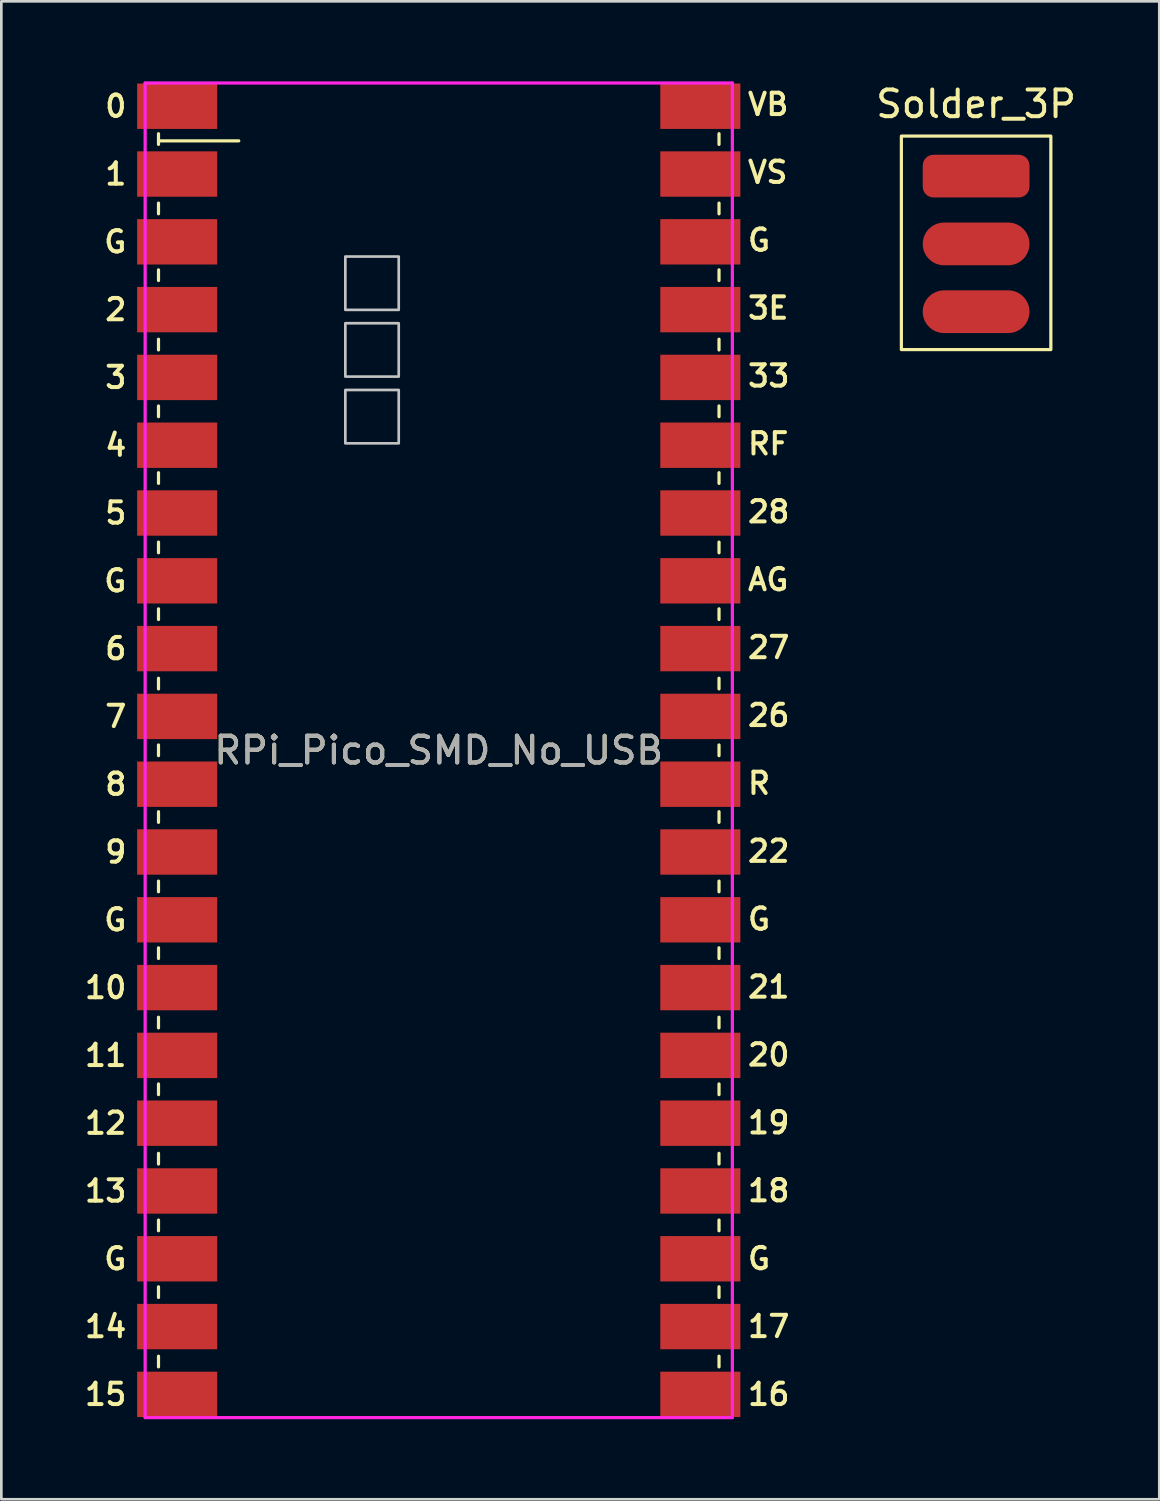
<source format=kicad_pcb>
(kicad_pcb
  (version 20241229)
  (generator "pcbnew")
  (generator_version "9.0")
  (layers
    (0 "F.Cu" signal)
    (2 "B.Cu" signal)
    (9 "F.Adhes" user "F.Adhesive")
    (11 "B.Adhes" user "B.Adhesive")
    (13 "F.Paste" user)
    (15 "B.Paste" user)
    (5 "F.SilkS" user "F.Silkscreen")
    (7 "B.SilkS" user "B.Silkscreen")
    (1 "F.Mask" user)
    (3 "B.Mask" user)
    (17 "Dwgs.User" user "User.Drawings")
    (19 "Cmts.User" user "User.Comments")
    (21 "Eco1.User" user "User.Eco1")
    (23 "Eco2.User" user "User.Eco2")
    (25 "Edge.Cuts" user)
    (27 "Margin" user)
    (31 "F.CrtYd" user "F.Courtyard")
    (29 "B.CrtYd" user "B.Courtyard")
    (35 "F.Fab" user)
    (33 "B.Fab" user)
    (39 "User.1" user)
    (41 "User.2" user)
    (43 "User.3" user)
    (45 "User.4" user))
  (footprint "RPi_Pico_SMD_No_USB"
    (layer "F.Cu")
    (at 13.388 25.06)
    (property "Reference" "RPi_Pico_SMD_No_USB" (at 0 0 0) (layer "F.SilkS") (effects (font (size 1 1) (thickness 0.15))))
    (attr smd)
    (fp_line (start -10.5 -23.1) (end -10.5 -22.7) (stroke (width 0.12) (type solid)) (layer "F.SilkS"))
    (fp_line (start -10.5 -22.833) (end -7.493 -22.833) (stroke (width 0.12) (type solid)) (layer "F.SilkS"))
    (fp_line (start -10.5 -20.5) (end -10.5 -20.1) (stroke (width 0.12) (type solid)) (layer "F.SilkS"))
    (fp_line (start -10.5 -18) (end -10.5 -17.6) (stroke (width 0.12) (type solid)) (layer "F.SilkS"))
    (fp_line (start -10.5 -15.4) (end -10.5 -15) (stroke (width 0.12) (type solid)) (layer "F.SilkS"))
    (fp_line (start -10.5 -12.9) (end -10.5 -12.5) (stroke (width 0.12) (type solid)) (layer "F.SilkS"))
    (fp_line (start -10.5 -10.4) (end -10.5 -10) (stroke (width 0.12) (type solid)) (layer "F.SilkS"))
    (fp_line (start -10.5 -7.8) (end -10.5 -7.4) (stroke (width 0.12) (type solid)) (layer "F.SilkS"))
    (fp_line (start -10.5 -5.3) (end -10.5 -4.9) (stroke (width 0.12) (type solid)) (layer "F.SilkS"))
    (fp_line (start -10.5 -2.7) (end -10.5 -2.3) (stroke (width 0.12) (type solid)) (layer "F.SilkS"))
    (fp_line (start -10.5 -0.2) (end -10.5 0.2) (stroke (width 0.12) (type solid)) (layer "F.SilkS"))
    (fp_line (start -10.5 2.3) (end -10.5 2.7) (stroke (width 0.12) (type solid)) (layer "F.SilkS"))
    (fp_line (start -10.5 4.9) (end -10.5 5.3) (stroke (width 0.12) (type solid)) (layer "F.SilkS"))
    (fp_line (start -10.5 7.4) (end -10.5 7.8) (stroke (width 0.12) (type solid)) (layer "F.SilkS"))
    (fp_line (start -10.5 10) (end -10.5 10.4) (stroke (width 0.12) (type solid)) (layer "F.SilkS"))
    (fp_line (start -10.5 12.5) (end -10.5 12.9) (stroke (width 0.12) (type solid)) (layer "F.SilkS"))
    (fp_line (start -10.5 15.1) (end -10.5 15.5) (stroke (width 0.12) (type solid)) (layer "F.SilkS"))
    (fp_line (start -10.5 17.6) (end -10.5 18) (stroke (width 0.12) (type solid)) (layer "F.SilkS"))
    (fp_line (start -10.5 20.1) (end -10.5 20.5) (stroke (width 0.12) (type solid)) (layer "F.SilkS"))
    (fp_line (start -10.5 22.7) (end -10.5 23.1) (stroke (width 0.12) (type solid)) (layer "F.SilkS"))
    (fp_line (start 10.5 -23.1) (end 10.5 -22.7) (stroke (width 0.12) (type solid)) (layer "F.SilkS"))
    (fp_line (start 10.5 -20.5) (end 10.5 -20.1) (stroke (width 0.12) (type solid)) (layer "F.SilkS"))
    (fp_line (start 10.5 -18) (end 10.5 -17.6) (stroke (width 0.12) (type solid)) (layer "F.SilkS"))
    (fp_line (start 10.5 -15.4) (end 10.5 -15) (stroke (width 0.12) (type solid)) (layer "F.SilkS"))
    (fp_line (start 10.5 -12.9) (end 10.5 -12.5) (stroke (width 0.12) (type solid)) (layer "F.SilkS"))
    (fp_line (start 10.5 -10.4) (end 10.5 -10) (stroke (width 0.12) (type solid)) (layer "F.SilkS"))
    (fp_line (start 10.5 -7.8) (end 10.5 -7.4) (stroke (width 0.12) (type solid)) (layer "F.SilkS"))
    (fp_line (start 10.5 -5.3) (end 10.5 -4.9) (stroke (width 0.12) (type solid)) (layer "F.SilkS"))
    (fp_line (start 10.5 -2.7) (end 10.5 -2.3) (stroke (width 0.12) (type solid)) (layer "F.SilkS"))
    (fp_line (start 10.5 -0.2) (end 10.5 0.2) (stroke (width 0.12) (type solid)) (layer "F.SilkS"))
    (fp_line (start 10.5 2.3) (end 10.5 2.7) (stroke (width 0.12) (type solid)) (layer "F.SilkS"))
    (fp_line (start 10.5 4.9) (end 10.5 5.3) (stroke (width 0.12) (type solid)) (layer "F.SilkS"))
    (fp_line (start 10.5 7.4) (end 10.5 7.8) (stroke (width 0.12) (type solid)) (layer "F.SilkS"))
    (fp_line (start 10.5 10) (end 10.5 10.4) (stroke (width 0.12) (type solid)) (layer "F.SilkS"))
    (fp_line (start 10.5 12.5) (end 10.5 12.9) (stroke (width 0.12) (type solid)) (layer "F.SilkS"))
    (fp_line (start 10.5 15.1) (end 10.5 15.5) (stroke (width 0.12) (type solid)) (layer "F.SilkS"))
    (fp_line (start 10.5 17.6) (end 10.5 18) (stroke (width 0.12) (type solid)) (layer "F.SilkS"))
    (fp_line (start 10.5 20.1) (end 10.5 20.5) (stroke (width 0.12) (type solid)) (layer "F.SilkS"))
    (fp_line (start 10.5 22.7) (end 10.5 23.1) (stroke (width 0.12) (type solid)) (layer "F.SilkS"))
    (fp_poly (pts (xy -1.5 -16.5) (xy -3.5 -16.5) (xy -3.5 -18.5) (xy -1.5 -18.5)) (stroke (width 0.1) (type solid)) (fill no) (layer "Dwgs.User"))
    (fp_poly (pts (xy -1.5 -14) (xy -3.5 -14) (xy -3.5 -16) (xy -1.5 -16)) (stroke (width 0.1) (type solid)) (fill no) (layer "Dwgs.User"))
    (fp_poly (pts (xy -1.5 -11.5) (xy -3.5 -11.5) (xy -3.5 -13.5) (xy -1.5 -13.5)) (stroke (width 0.1) (type solid)) (fill no) (layer "Dwgs.User"))
    (fp_line (start -11 -25) (end 11 -25) (stroke (width 0.12) (type solid)) (layer "F.CrtYd"))
    (fp_line (start -11 25) (end -11 -25) (stroke (width 0.12) (type solid)) (layer "F.CrtYd"))
    (fp_line (start 11 -25) (end 11 25) (stroke (width 0.12) (type solid)) (layer "F.CrtYd"))
    (fp_line (start 11 25) (end -11 25) (stroke (width 0.12) (type solid)) (layer "F.CrtYd"))
    (fp_text user "8" (at -12.1 1.27 0) (layer "F.SilkS") (effects (font (size 0.8 0.8) (thickness 0.15))))
    (fp_text user "12" (at -12.481 13.97 0) (layer "F.SilkS") (effects (font (size 0.8 0.8) (thickness 0.15))))
    (fp_text user "RF" (at 12.343 -11.482 0) (layer "F.SilkS") (effects (font (size 0.8 0.8) (thickness 0.15))))
    (fp_text user "5" (at -12.1 -8.89 0) (layer "F.SilkS") (effects (font (size 0.8 0.8) (thickness 0.15))))
    (fp_text user "10" (at -12.481 8.89 0) (layer "F.SilkS") (effects (font (size 0.8 0.8) (thickness 0.15))))
    (fp_text user "7" (at -12.1 -1.27 0) (layer "F.SilkS") (effects (font (size 0.8 0.8) (thickness 0.15))))
    (fp_text user "G" (at 12 19.043 0) (layer "F.SilkS") (effects (font (size 0.8 0.8) (thickness 0.15))))
    (fp_text user "G" (at 12 6.324 0) (layer "F.SilkS") (effects (font (size 0.8 0.8) (thickness 0.15))))
    (fp_text user "2" (at -12.1 -16.51 0) (layer "F.SilkS") (effects (font (size 0.8 0.8) (thickness 0.15))))
    (fp_text user "3" (at -12.1 -13.97 0) (layer "F.SilkS") (effects (font (size 0.8 0.8) (thickness 0.15))))
    (fp_text user "G" (at -12.119 -6.35 0) (layer "F.SilkS") (effects (font (size 0.8 0.8) (thickness 0.15))))
    (fp_text user "1" (at -12.1 -21.59 0) (layer "F.SilkS") (effects (font (size 0.8 0.8) (thickness 0.15))))
    (fp_text user "22" (at 12.362 3.781 0) (layer "F.SilkS") (effects (font (size 0.8 0.8) (thickness 0.15))))
    (fp_text user "G" (at 12 -19.113 0) (layer "F.SilkS") (effects (font (size 0.8 0.8) (thickness 0.15))))
    (fp_text user "26" (at 12.362 -1.307 0) (layer "F.SilkS") (effects (font (size 0.8 0.8) (thickness 0.15))))
    (fp_text user "3E" (at 12.343 -16.569 0) (layer "F.SilkS") (effects (font (size 0.8 0.8) (thickness 0.15))))
    (fp_text user "AG" (at 12.343 -6.394 0) (layer "F.SilkS") (effects (font (size 0.8 0.8) (thickness 0.15))))
    (fp_text user "0" (at -12.1 -24.13 0) (layer "F.SilkS") (effects (font (size 0.8 0.8) (thickness 0.15))))
    (fp_text user "13" (at -12.481 16.51 0) (layer "F.SilkS") (effects (font (size 0.8 0.8) (thickness 0.15))))
    (fp_text user "18" (at 12.362 16.499 0) (layer "F.SilkS") (effects (font (size 0.8 0.8) (thickness 0.15))))
    (fp_text user "VS" (at 12.324 -21.656 0) (layer "F.SilkS") (effects (font (size 0.8 0.8) (thickness 0.15))))
    (fp_text user "14" (at -12.481 21.59 0) (layer "F.SilkS") (effects (font (size 0.8 0.8) (thickness 0.15))))
    (fp_text user "G" (at -12.119 6.35 0) (layer "F.SilkS") (effects (font (size 0.8 0.8) (thickness 0.15))))
    (fp_text user "19" (at 12.362 13.955 0) (layer "F.SilkS") (effects (font (size 0.8 0.8) (thickness 0.15))))
    (fp_text user "21" (at 12.362 8.868 0) (layer "F.SilkS") (effects (font (size 0.8 0.8) (thickness 0.15))))
    (fp_text user "G" (at -12.119 19.05 0) (layer "F.SilkS") (effects (font (size 0.8 0.8) (thickness 0.15))))
    (fp_text user "28" (at 12.362 -8.938 0) (layer "F.SilkS") (effects (font (size 0.8 0.8) (thickness 0.15))))
    (fp_text user "16" (at 12.362 24.13 0) (layer "F.SilkS") (effects (font (size 0.8 0.8) (thickness 0.15))))
    (fp_text user "33" (at 12.362 -14.025 0) (layer "F.SilkS") (effects (font (size 0.8 0.8) (thickness 0.15))))
    (fp_text user "20" (at 12.362 11.412 0) (layer "F.SilkS") (effects (font (size 0.8 0.8) (thickness 0.15))))
    (fp_text user "15" (at -12.481 24.13 0) (layer "F.SilkS") (effects (font (size 0.8 0.8) (thickness 0.15))))
    (fp_text user "27" (at 12.362 -3.851 0) (layer "F.SilkS") (effects (font (size 0.8 0.8) (thickness 0.15))))
    (fp_text user "11" (at -12.481 11.43 0) (layer "F.SilkS") (effects (font (size 0.8 0.8) (thickness 0.15))))
    (fp_text user "17" (at 12.362 21.586 0) (layer "F.SilkS") (effects (font (size 0.8 0.8) (thickness 0.15))))
    (fp_text user "6" (at -12.1 -3.81 0) (layer "F.SilkS") (effects (font (size 0.8 0.8) (thickness 0.15))))
    (fp_text user "G" (at -12.119 -19.05 0) (layer "F.SilkS") (effects (font (size 0.8 0.8) (thickness 0.15))))
    (fp_text user "R" (at 12 1.237 0) (layer "F.SilkS") (effects (font (size 0.8 0.8) (thickness 0.15))))
    (fp_text user "4" (at -12.1 -11.43 0) (layer "F.SilkS") (effects (font (size 0.8 0.8) (thickness 0.15))))
    (fp_text user "9" (at -12.1 3.81 0) (layer "F.SilkS") (effects (font (size 0.8 0.8) (thickness 0.15))))
    (fp_text user "VB" (at 12.343 -24.2 0) (layer "F.SilkS") (effects (font (size 0.8 0.8) (thickness 0.15))))
    (fp_text user "${REFERENCE}" (at 0 0 180) (layer "F.Fab") (effects (font (size 1 1) (thickness 0.15))))
    (pad "1" smd rect (at -9.8 -24.13) (size 3 1.7) (layers "F.Cu" "F.Mask"))
    (pad "2" smd rect (at -9.8 -21.59) (size 3 1.7) (layers "F.Cu" "F.Mask"))
    (pad "3" smd rect (at -9.8 -19.05) (size 3 1.7) (layers "F.Cu" "F.Mask"))
    (pad "4" smd rect (at -9.8 -16.51) (size 3 1.7) (layers "F.Cu" "F.Mask"))
    (pad "5" smd rect (at -9.8 -13.97) (size 3 1.7) (layers "F.Cu" "F.Mask"))
    (pad "6" smd rect (at -9.8 -11.43) (size 3 1.7) (layers "F.Cu" "F.Mask"))
    (pad "7" smd rect (at -9.8 -8.89) (size 3 1.7) (layers "F.Cu" "F.Mask"))
    (pad "8" smd rect (at -9.8 -6.35) (size 3 1.7) (layers "F.Cu" "F.Mask"))
    (pad "9" smd rect (at -9.8 -3.81) (size 3 1.7) (layers "F.Cu" "F.Mask"))
    (pad "10" smd rect (at -9.8 -1.27) (size 3 1.7) (layers "F.Cu" "F.Mask"))
    (pad "11" smd rect (at -9.8 1.27) (size 3 1.7) (layers "F.Cu" "F.Mask"))
    (pad "12" smd rect (at -9.8 3.81) (size 3 1.7) (layers "F.Cu" "F.Mask"))
    (pad "13" smd rect (at -9.8 6.35) (size 3 1.7) (layers "F.Cu" "F.Mask"))
    (pad "14" smd rect (at -9.8 8.89) (size 3 1.7) (layers "F.Cu" "F.Mask"))
    (pad "15" smd rect (at -9.8 11.43) (size 3 1.7) (layers "F.Cu" "F.Mask"))
    (pad "16" smd rect (at -9.8 13.97) (size 3 1.7) (layers "F.Cu" "F.Mask"))
    (pad "17" smd rect (at -9.8 16.51) (size 3 1.7) (layers "F.Cu" "F.Mask"))
    (pad "18" smd rect (at -9.8 19.05) (size 3 1.7) (layers "F.Cu" "F.Mask"))
    (pad "19" smd rect (at -9.8 21.59) (size 3 1.7) (layers "F.Cu" "F.Mask"))
    (pad "20" smd rect (at -9.8 24.13) (size 3 1.7) (layers "F.Cu" "F.Mask"))
    (pad "21" smd rect (at 9.8 24.13) (size 3 1.7) (layers "F.Cu" "F.Mask"))
    (pad "22" smd rect (at 9.8 21.59) (size 3 1.7) (layers "F.Cu" "F.Mask"))
    (pad "23" smd rect (at 9.8 19.05) (size 3 1.7) (layers "F.Cu" "F.Mask"))
    (pad "24" smd rect (at 9.8 16.51) (size 3 1.7) (layers "F.Cu" "F.Mask"))
    (pad "25" smd rect (at 9.8 13.97) (size 3 1.7) (layers "F.Cu" "F.Mask"))
    (pad "26" smd rect (at 9.8 11.43) (size 3 1.7) (layers "F.Cu" "F.Mask"))
    (pad "27" smd rect (at 9.8 8.89) (size 3 1.7) (layers "F.Cu" "F.Mask"))
    (pad "28" smd rect (at 9.8 6.35) (size 3 1.7) (layers "F.Cu" "F.Mask"))
    (pad "29" smd rect (at 9.8 3.81) (size 3 1.7) (layers "F.Cu" "F.Mask"))
    (pad "30" smd rect (at 9.8 1.27) (size 3 1.7) (layers "F.Cu" "F.Mask"))
    (pad "31" smd rect (at 9.8 -1.27) (size 3 1.7) (layers "F.Cu" "F.Mask"))
    (pad "32" smd rect (at 9.8 -3.81) (size 3 1.7) (layers "F.Cu" "F.Mask"))
    (pad "33" smd rect (at 9.8 -6.35) (size 3 1.7) (layers "F.Cu" "F.Mask"))
    (pad "34" smd rect (at 9.8 -8.89) (size 3 1.7) (layers "F.Cu" "F.Mask"))
    (pad "35" smd rect (at 9.8 -11.43) (size 3 1.7) (layers "F.Cu" "F.Mask"))
    (pad "36" smd rect (at 9.8 -13.97) (size 3 1.7) (layers "F.Cu" "F.Mask"))
    (pad "37" smd rect (at 9.8 -16.51) (size 3 1.7) (layers "F.Cu" "F.Mask"))
    (pad "38" smd rect (at 9.8 -19.05) (size 3 1.7) (layers "F.Cu" "F.Mask"))
    (pad "39" smd rect (at 9.8 -21.59) (size 3 1.7) (layers "F.Cu" "F.Mask"))
    (pad "40" smd rect (at 9.8 -24.13) (size 3 1.7) (layers "F.Cu" "F.Mask")))
  (footprint "Solder_3P"
    (layer "F.Cu")
    (at 33.52 3.548)
    (property "Reference" "Solder_3P" (at 0 -2.7 0) (layer "F.SilkS") (effects (font (size 1 1) (thickness 0.15))))
    (attr through_hole)
    (fp_rect (start -2.8 -1.5) (end 2.8 6.5) (stroke (width 0.12) (type solid)) (fill no) (layer "F.SilkS"))
    (pad "1" smd roundrect (at 0 0) (size 4 1.6) (layers "F.Cu" "F.Mask" "F.Paste") (roundrect_rratio 0.25))
    (pad "2" smd oval (at 0 2.54) (size 4 1.6) (layers "F.Cu" "F.Mask" "F.Paste"))
    (pad "3" smd oval (at 0 5.08) (size 4 1.6) (layers "F.Cu" "F.Mask" "F.Paste")))
  (gr_rect
    (start -3 -3)
    (end 40.383 53.12)
    (stroke (width 0.1) (type default))
    (fill no)
    (layer "Edge.Cuts")))
</source>
